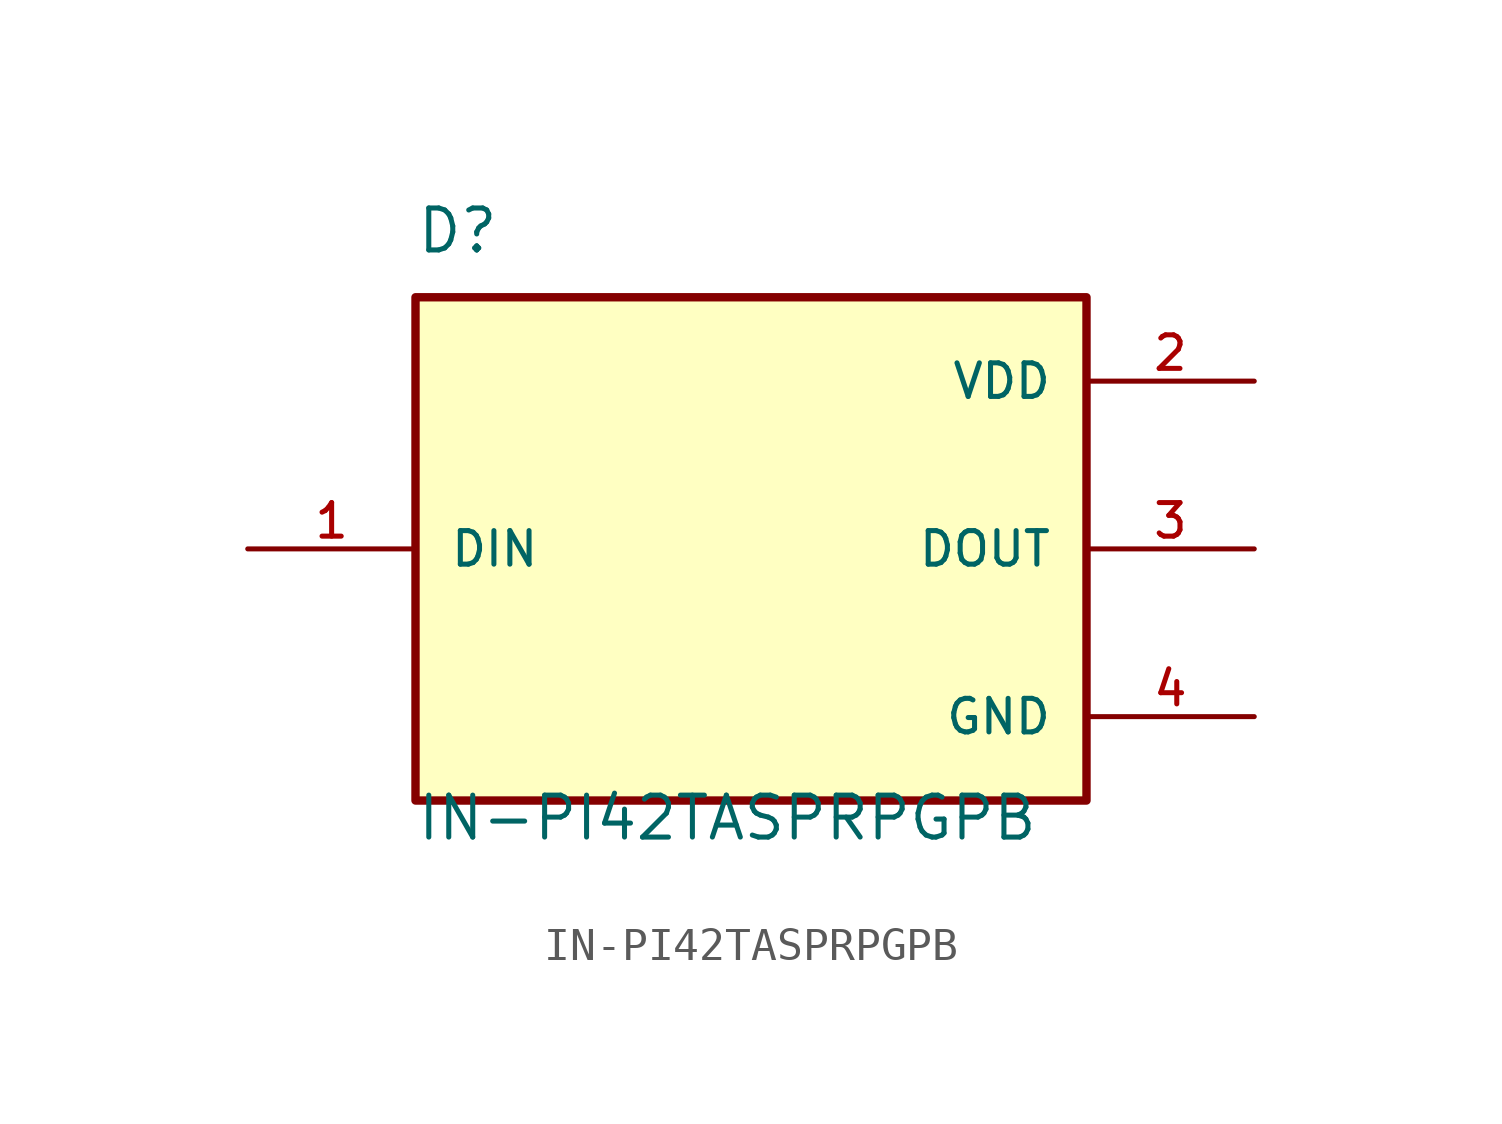
<source format=kicad_sym>
(kicad_symbol_lib
  (version 20211014)
  (generator kicad_symbol_editor)
  (symbol "IN-PI42TASPRPGPB"
    (pin_names
      (offset 1.016))
    (property "Reference" "D"
      (at -10.16 8.89 0)
      (effects (font (size 1.27 1.27)) (justify left bottom)))
    (property "Value" "IN-PI42TASPRPGPB"
      (at -10.16 -8.89 0)
      (effects (font (size 1.27 1.27)) (justify left bottom)))
    (property "ki_locked" ""
      (at 0 0 0)
      (effects (font (size 1.27 1.27))))
    (symbol "IN-PI42TASPRPGPB_0_0"
      (rectangle (start -10.16 -7.62) (end 10.16 7.62) (stroke (width 0.254) (type default) (color 0 0 0 0)) (fill (type background)))
      (pin input line (at -15.24 0 0) (length 5.08) (name "DIN" (effects (font (size 1.016 1.016)))) (number "1" (effects (font (size 1.016 1.016)))))
      (pin power_in line (at 15.24 5.08 180) (length 5.08) (name "VDD" (effects (font (size 1.016 1.016)))) (number "2" (effects (font (size 1.016 1.016)))))
      (pin output line (at 15.24 0 180) (length 5.08) (name "DOUT" (effects (font (size 1.016 1.016)))) (number "3" (effects (font (size 1.016 1.016)))))
      (pin power_in line (at 15.24 -5.08 180) (length 5.08) (name "GND" (effects (font (size 1.016 1.016)))) (number "4" (effects (font (size 1.016 1.016))))))))
</source>
